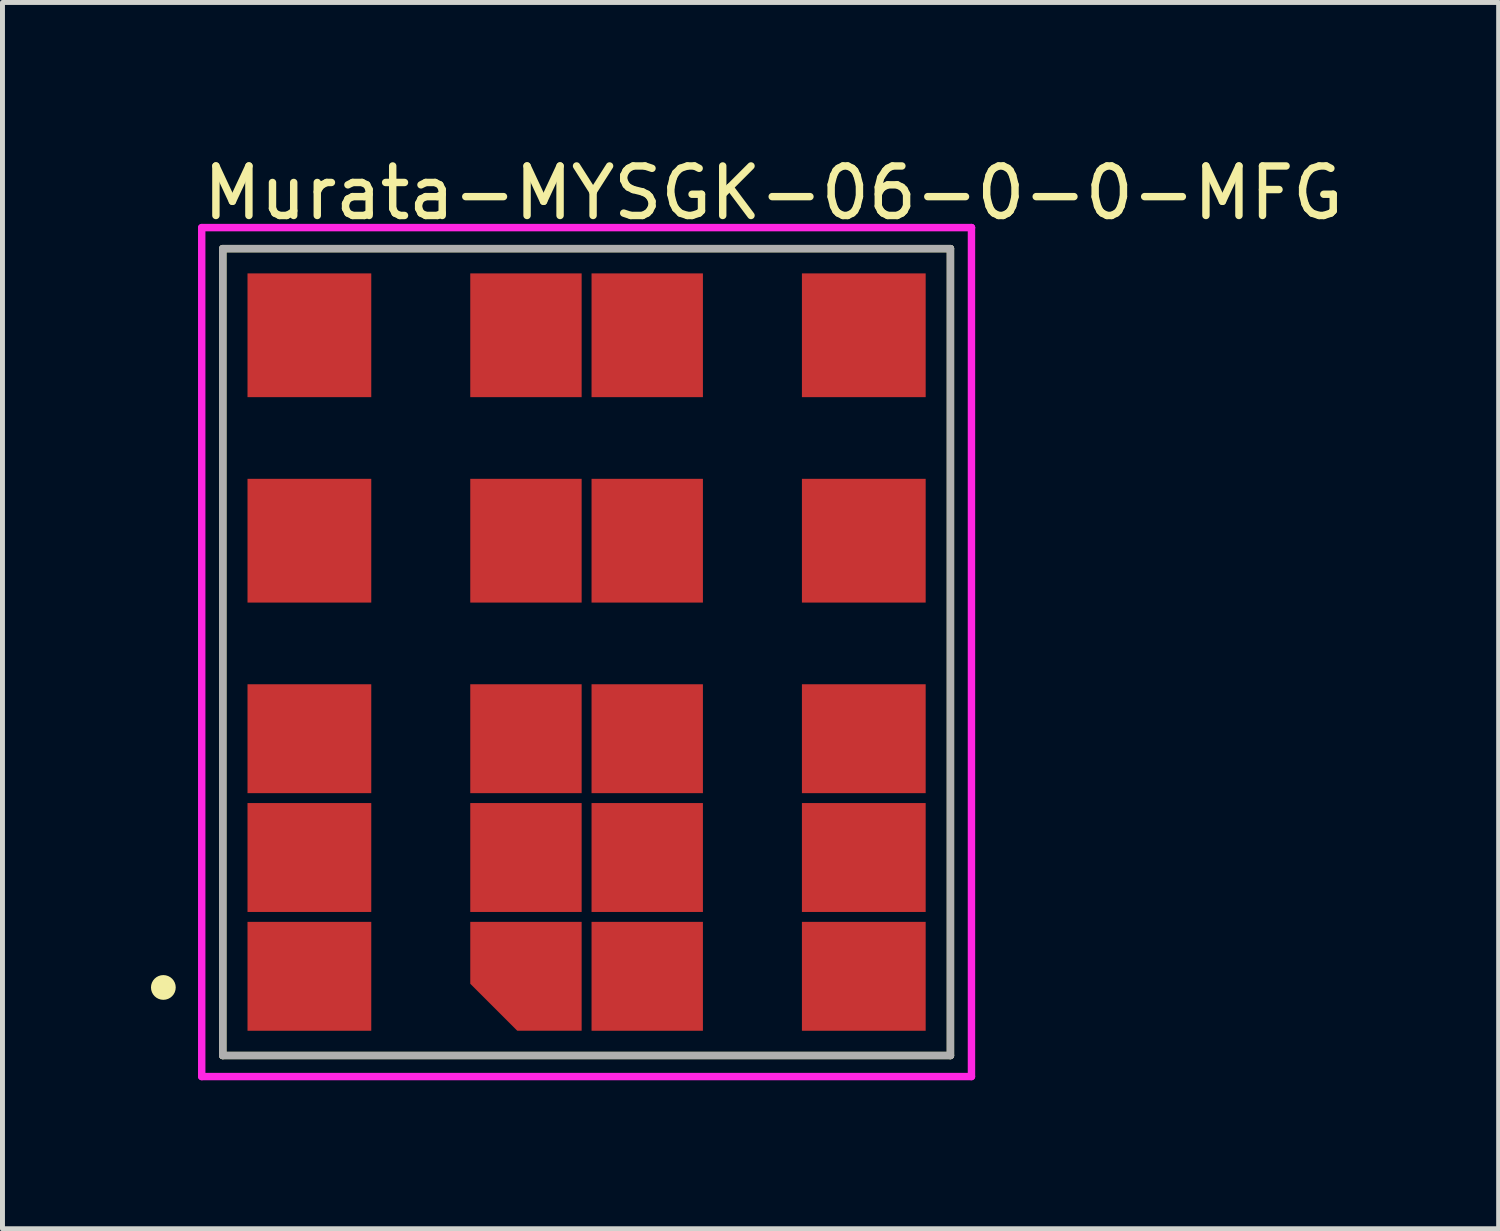
<source format=kicad_pcb>
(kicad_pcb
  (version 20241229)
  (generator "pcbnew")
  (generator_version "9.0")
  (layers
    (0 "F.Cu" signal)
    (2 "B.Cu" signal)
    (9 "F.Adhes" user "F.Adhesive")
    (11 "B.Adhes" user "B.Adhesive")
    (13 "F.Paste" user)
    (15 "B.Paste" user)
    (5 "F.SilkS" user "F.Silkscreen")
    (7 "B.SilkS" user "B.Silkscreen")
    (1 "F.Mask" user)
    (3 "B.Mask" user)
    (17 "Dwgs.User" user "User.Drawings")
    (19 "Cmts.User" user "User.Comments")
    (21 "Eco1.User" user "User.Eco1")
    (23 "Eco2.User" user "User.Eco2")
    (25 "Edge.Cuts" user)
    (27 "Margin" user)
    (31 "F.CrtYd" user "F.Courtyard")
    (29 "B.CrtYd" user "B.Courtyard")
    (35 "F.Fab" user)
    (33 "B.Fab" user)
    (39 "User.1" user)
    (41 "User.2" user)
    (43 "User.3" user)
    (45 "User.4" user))
  (footprint "Murata-MYSGK-06-0-0-MFG"
    (layer "F.Cu")
    (at 8.8 10.123)
    (property "Reference" "Murata-MYSGK-06-0-0-MFG" (at -7.825 -9.275 0) (layer "F.SilkS") (effects (font (size 1 1) (thickness 0.15)) (justify left)))
    (attr through_hole)
    (fp_line (start -7.35 -8.15) (end 7.35 -8.15) (stroke (width 0.15) (type solid)) (layer "F.SilkS"))
    (fp_line (start -7.35 8.15) (end -7.35 -8.15) (stroke (width 0.15) (type solid)) (layer "F.SilkS"))
    (fp_line (start -7.35 8.15) (end 7.35 8.15) (stroke (width 0.15) (type solid)) (layer "F.SilkS"))
    (fp_line (start 7.35 8.15) (end 7.35 -8.15) (stroke (width 0.15) (type solid)) (layer "F.SilkS"))
    (fp_circle (center -8.55 6.775) (end -8.425 6.775) (stroke (width 0.25) (type solid)) (fill no) (layer "F.SilkS"))
    (fp_line (start -7.775 -8.575) (end -7.775 8.575) (stroke (width 0.15) (type solid)) (layer "F.CrtYd"))
    (fp_line (start -7.775 8.575) (end 7.775 8.575) (stroke (width 0.15) (type solid)) (layer "F.CrtYd"))
    (fp_line (start 7.775 -8.575) (end -7.775 -8.575) (stroke (width 0.15) (type solid)) (layer "F.CrtYd"))
    (fp_line (start 7.775 -8.575) (end 7.775 -8.575) (stroke (width 0.15) (type solid)) (layer "F.CrtYd"))
    (fp_line (start 7.775 8.575) (end 7.775 -8.575) (stroke (width 0.15) (type solid)) (layer "F.CrtYd"))
    (fp_line (start -7.35 -8.15) (end 7.35 -8.15) (stroke (width 0.15) (type solid)) (layer "F.Fab"))
    (fp_line (start -7.35 8.15) (end -7.35 -8.15) (stroke (width 0.15) (type solid)) (layer "F.Fab"))
    (fp_line (start 7.35 -8.15) (end 7.35 8.15) (stroke (width 0.15) (type solid)) (layer "F.Fab"))
    (fp_line (start 7.35 8.15) (end -7.35 8.15) (stroke (width 0.15) (type solid)) (layer "F.Fab"))
    (pad "1" smd rect (at -5.6 6.55) (size 2.5 2.2) (layers "F.Cu" "F.Mask" "F.Paste"))
    (pad "2" smd rect (at -5.6 4.15) (size 2.5 2.2) (layers "F.Cu" "F.Mask" "F.Paste"))
    (pad "3" smd rect (at -5.6 1.75) (size 2.5 2.2) (layers "F.Cu" "F.Mask" "F.Paste"))
    (pad "4" smd custom (at -1.225 6.55) (size 1 1) (layers "F.Cu" "F.Mask" "F.Paste") (options (anchor circle)) (primitives (gr_poly (pts (xy -1.125 -1.1) (xy -1.125 0.15) (xy -0.175 1.1) (xy 1.125 1.1) (xy 1.125 -1.1) (xy -1.125 -1.1)) (width 0) (fill yes))))
    (pad "5" smd rect (at -1.225 4.15) (size 2.25 2.2) (layers "F.Cu" "F.Mask" "F.Paste"))
    (pad "6" smd rect (at -1.225 1.75) (size 2.25 2.2) (layers "F.Cu" "F.Mask" "F.Paste"))
    (pad "7" smd rect (at 1.225 6.55) (size 2.25 2.2) (layers "F.Cu" "F.Mask" "F.Paste"))
    (pad "8" smd rect (at 1.225 4.15) (size 2.25 2.2) (layers "F.Cu" "F.Mask" "F.Paste"))
    (pad "9" smd rect (at 1.225 1.75) (size 2.25 2.2) (layers "F.Cu" "F.Mask" "F.Paste"))
    (pad "10" smd rect (at 5.6 6.55) (size 2.5 2.2) (layers "F.Cu" "F.Mask" "F.Paste"))
    (pad "11" smd rect (at 5.6 4.15) (size 2.5 2.2) (layers "F.Cu" "F.Mask" "F.Paste"))
    (pad "12" smd rect (at 5.6 1.75) (size 2.5 2.2) (layers "F.Cu" "F.Mask" "F.Paste"))
    (pad "13" smd rect (at 5.6 -2.25) (size 2.5 2.5) (layers "F.Cu" "F.Mask" "F.Paste"))
    (pad "14" smd rect (at 5.6 -6.4) (size 2.5 2.5) (layers "F.Cu" "F.Mask" "F.Paste"))
    (pad "15" smd rect (at 1.225 -6.4) (size 2.25 2.5) (layers "F.Cu" "F.Mask" "F.Paste"))
    (pad "16" smd rect (at -1.225 -6.4) (size 2.25 2.5) (layers "F.Cu" "F.Mask" "F.Paste"))
    (pad "17" smd rect (at -5.6 -6.4) (size 2.5 2.5) (layers "F.Cu" "F.Mask" "F.Paste"))
    (pad "18" smd rect (at -5.6 -2.25) (size 2.5 2.5) (layers "F.Cu" "F.Mask" "F.Paste"))
    (pad "19" smd rect (at -1.225 -2.25) (size 2.25 2.5) (layers "F.Cu" "F.Mask" "F.Paste"))
    (pad "20" smd rect (at 1.225 -2.25) (size 2.25 2.5) (layers "F.Cu" "F.Mask" "F.Paste")))
  (gr_rect
    (start -3 -3)
    (end 27.225 21.773)
    (stroke (width 0.1) (type default))
    (fill no)
    (layer "Edge.Cuts")))
</source>
